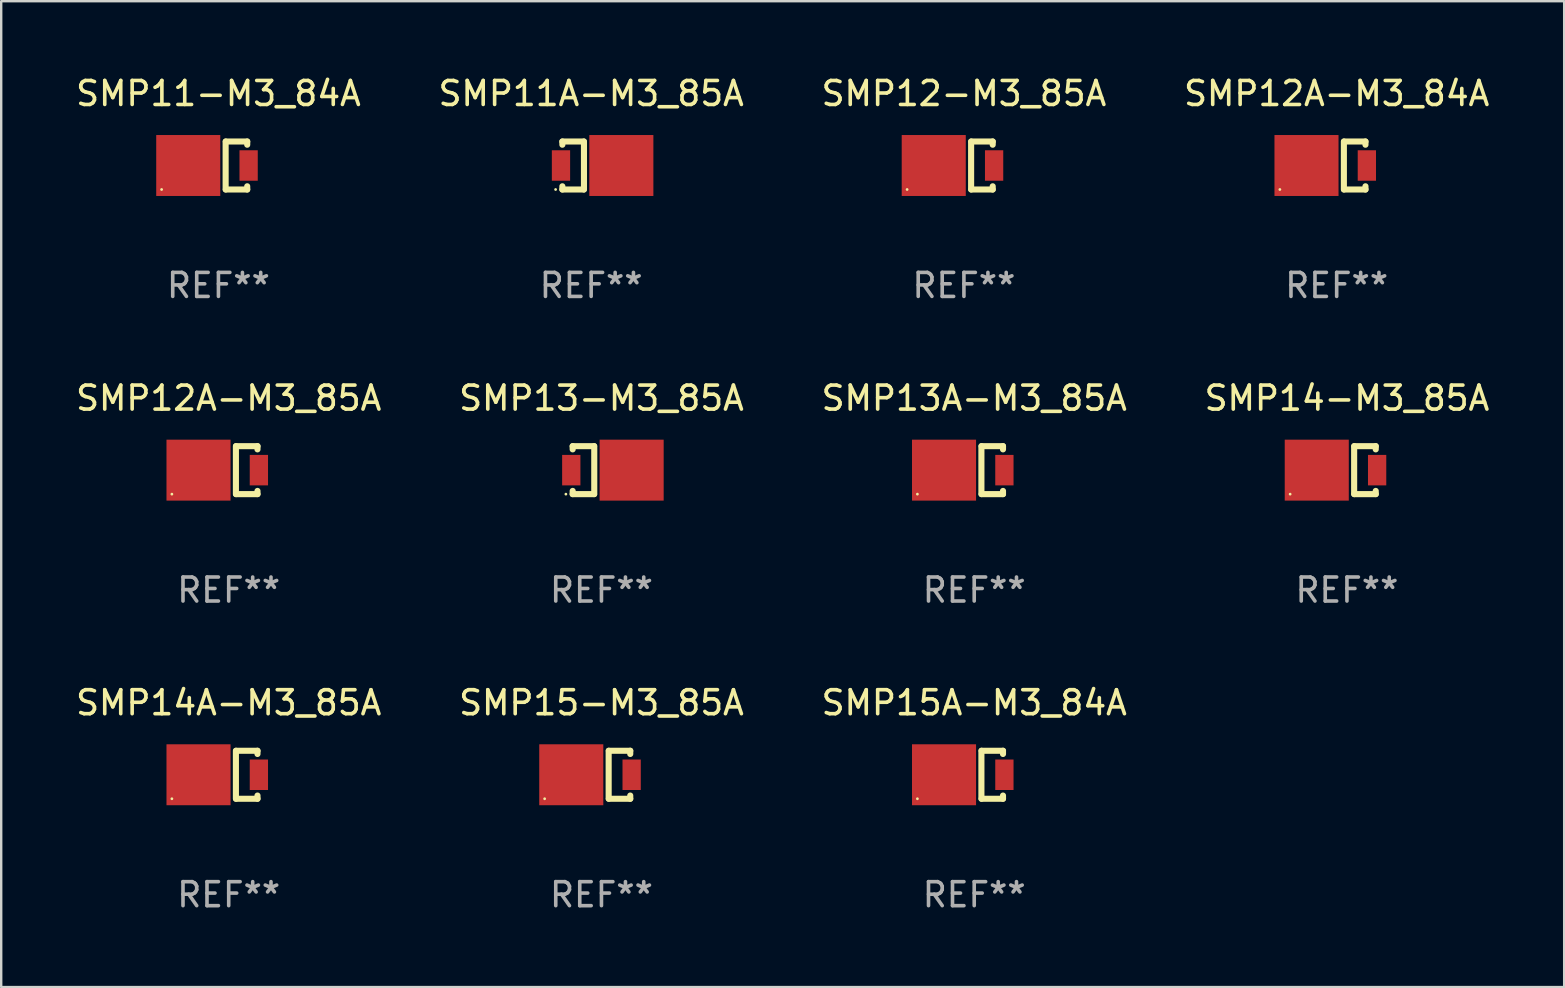
<source format=kicad_pcb>
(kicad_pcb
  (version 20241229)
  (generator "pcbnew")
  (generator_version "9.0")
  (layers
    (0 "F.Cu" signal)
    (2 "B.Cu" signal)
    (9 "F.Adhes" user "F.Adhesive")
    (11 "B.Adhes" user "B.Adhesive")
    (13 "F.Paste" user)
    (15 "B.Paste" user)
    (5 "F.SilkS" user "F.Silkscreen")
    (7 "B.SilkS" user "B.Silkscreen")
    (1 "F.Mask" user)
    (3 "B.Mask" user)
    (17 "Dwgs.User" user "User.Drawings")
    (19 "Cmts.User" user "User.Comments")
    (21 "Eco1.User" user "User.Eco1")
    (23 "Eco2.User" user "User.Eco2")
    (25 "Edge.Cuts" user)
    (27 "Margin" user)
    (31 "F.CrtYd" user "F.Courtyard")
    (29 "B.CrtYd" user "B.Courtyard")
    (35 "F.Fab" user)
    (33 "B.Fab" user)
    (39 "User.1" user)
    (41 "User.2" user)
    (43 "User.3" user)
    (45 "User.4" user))
  (footprint "SMP13A-M3_85A"
    (layer "F.Cu")
    (at 37.554 16.545)
    (property "Reference" "SMP13A-M3_85A" (at 0 -3 0) (layer "F.SilkS") (effects (font (size 1 1) (thickness 0.15))))
    (attr through_hole)
    (fp_line (start 0.3 -1) (end 0.3 1) (stroke (width 0.254) (type solid)) (layer "F.SilkS"))
    (fp_line (start 1.2 -1) (end 0.308 -1) (stroke (width 0.254) (type solid)) (layer "F.SilkS"))
    (fp_line (start 1.2 -1) (end 1.2 -0.866) (stroke (width 0.254) (type solid)) (layer "F.SilkS"))
    (fp_line (start 1.2 1) (end 0.308 1) (stroke (width 0.254) (type solid)) (layer "F.SilkS"))
    (fp_line (start 1.2 1) (end 1.2 0.866) (stroke (width 0.254) (type solid)) (layer "F.SilkS"))
    (fp_circle (center -2.368 1) (end -2.338 1) (stroke (width 0.06) (type solid)) (fill no) (layer "F.SilkS"))
    (fp_text user "REF**" (at 0 5 0) (layer "F.Fab") (effects (font (size 1 1) (thickness 0.15))))
    (pad "1" smd rect (at -1.258 0) (size 2.67 2.54) (layers "F.Cu" "F.Mask" "F.Paste"))
    (pad "2" smd rect (at 1.258 0) (size 0.762 1.27) (layers "F.Cu" "F.Mask" "F.Paste")))
  (footprint "SMP12A-M3_84A"
    (layer "F.Cu")
    (at 52.661 3.848)
    (property "Reference" "SMP12A-M3_84A" (at 0 -3 0) (layer "F.SilkS") (effects (font (size 1 1) (thickness 0.15))))
    (attr through_hole)
    (fp_line (start 0.3 -1) (end 0.3 1) (stroke (width 0.254) (type solid)) (layer "F.SilkS"))
    (fp_line (start 1.2 -1) (end 0.308 -1) (stroke (width 0.254) (type solid)) (layer "F.SilkS"))
    (fp_line (start 1.2 -1) (end 1.2 -0.866) (stroke (width 0.254) (type solid)) (layer "F.SilkS"))
    (fp_line (start 1.2 1) (end 0.308 1) (stroke (width 0.254) (type solid)) (layer "F.SilkS"))
    (fp_line (start 1.2 1) (end 1.2 0.866) (stroke (width 0.254) (type solid)) (layer "F.SilkS"))
    (fp_circle (center -2.368 1) (end -2.338 1) (stroke (width 0.06) (type solid)) (fill no) (layer "F.SilkS"))
    (fp_text user "REF**" (at 0 5 0) (layer "F.Fab") (effects (font (size 1 1) (thickness 0.15))))
    (pad "1" smd rect (at -1.258 0) (size 2.67 2.54) (layers "F.Cu" "F.Mask" "F.Paste"))
    (pad "2" smd rect (at 1.258 0) (size 0.762 1.27) (layers "F.Cu" "F.Mask" "F.Paste")))
  (footprint "SMP11-M3_84A"
    (layer "F.Cu")
    (at 6.054 3.848)
    (property "Reference" "SMP11-M3_84A" (at 0 -3 0) (layer "F.SilkS") (effects (font (size 1 1) (thickness 0.15))))
    (attr through_hole)
    (fp_line (start 0.3 -1) (end 0.3 1) (stroke (width 0.254) (type solid)) (layer "F.SilkS"))
    (fp_line (start 1.2 -1) (end 0.308 -1) (stroke (width 0.254) (type solid)) (layer "F.SilkS"))
    (fp_line (start 1.2 -1) (end 1.2 -0.866) (stroke (width 0.254) (type solid)) (layer "F.SilkS"))
    (fp_line (start 1.2 1) (end 0.308 1) (stroke (width 0.254) (type solid)) (layer "F.SilkS"))
    (fp_line (start 1.2 1) (end 1.2 0.866) (stroke (width 0.254) (type solid)) (layer "F.SilkS"))
    (fp_circle (center -2.368 1) (end -2.338 1) (stroke (width 0.06) (type solid)) (fill no) (layer "F.SilkS"))
    (fp_text user "REF**" (at 0 5 0) (layer "F.Fab") (effects (font (size 1 1) (thickness 0.15))))
    (pad "1" smd rect (at -1.258 0) (size 2.67 2.54) (layers "F.Cu" "F.Mask" "F.Paste"))
    (pad "2" smd rect (at 1.258 0) (size 0.762 1.27) (layers "F.Cu" "F.Mask" "F.Paste")))
  (footprint "SMP15-M3_85A"
    (layer "F.Cu")
    (at 22.018 29.241)
    (property "Reference" "SMP15-M3_85A" (at 0 -3 0) (layer "F.SilkS") (effects (font (size 1 1) (thickness 0.15))))
    (attr through_hole)
    (fp_line (start 0.3 -1) (end 0.3 1) (stroke (width 0.254) (type solid)) (layer "F.SilkS"))
    (fp_line (start 1.2 -1) (end 0.308 -1) (stroke (width 0.254) (type solid)) (layer "F.SilkS"))
    (fp_line (start 1.2 -1) (end 1.2 -0.866) (stroke (width 0.254) (type solid)) (layer "F.SilkS"))
    (fp_line (start 1.2 1) (end 0.308 1) (stroke (width 0.254) (type solid)) (layer "F.SilkS"))
    (fp_line (start 1.2 1) (end 1.2 0.866) (stroke (width 0.254) (type solid)) (layer "F.SilkS"))
    (fp_circle (center -2.368 1) (end -2.338 1) (stroke (width 0.06) (type solid)) (fill no) (layer "F.SilkS"))
    (fp_text user "REF**" (at 0 5 0) (layer "F.Fab") (effects (font (size 1 1) (thickness 0.15))))
    (pad "1" smd rect (at -1.258 0) (size 2.67 2.54) (layers "F.Cu" "F.Mask" "F.Paste"))
    (pad "2" smd rect (at 1.258 0) (size 0.762 1.27) (layers "F.Cu" "F.Mask" "F.Paste")))
  (footprint "SMP14A-M3_85A"
    (layer "F.Cu")
    (at 6.482 29.241)
    (property "Reference" "SMP14A-M3_85A" (at 0 -3 0) (layer "F.SilkS") (effects (font (size 1 1) (thickness 0.15))))
    (attr through_hole)
    (fp_line (start 0.3 -1) (end 0.3 1) (stroke (width 0.254) (type solid)) (layer "F.SilkS"))
    (fp_line (start 1.2 -1) (end 0.308 -1) (stroke (width 0.254) (type solid)) (layer "F.SilkS"))
    (fp_line (start 1.2 -1) (end 1.2 -0.866) (stroke (width 0.254) (type solid)) (layer "F.SilkS"))
    (fp_line (start 1.2 1) (end 0.308 1) (stroke (width 0.254) (type solid)) (layer "F.SilkS"))
    (fp_line (start 1.2 1) (end 1.2 0.866) (stroke (width 0.254) (type solid)) (layer "F.SilkS"))
    (fp_circle (center -2.368 1) (end -2.338 1) (stroke (width 0.06) (type solid)) (fill no) (layer "F.SilkS"))
    (fp_text user "REF**" (at 0 5 0) (layer "F.Fab") (effects (font (size 1 1) (thickness 0.15))))
    (pad "1" smd rect (at -1.258 0) (size 2.67 2.54) (layers "F.Cu" "F.Mask" "F.Paste"))
    (pad "2" smd rect (at 1.258 0) (size 0.762 1.27) (layers "F.Cu" "F.Mask" "F.Paste")))
  (footprint "SMP13-M3_85A"
    (layer "F.Cu")
    (at 22.018 16.545)
    (property "Reference" "SMP13-M3_85A" (at 0 -3 0) (layer "F.SilkS") (effects (font (size 1 1) (thickness 0.15))))
    (attr through_hole)
    (fp_line (start -1.2 -1) (end -1.2 -0.866) (stroke (width 0.254) (type solid)) (layer "F.SilkS"))
    (fp_line (start -1.2 -1) (end -0.308 -1) (stroke (width 0.254) (type solid)) (layer "F.SilkS"))
    (fp_line (start -1.2 1) (end -1.2 0.866) (stroke (width 0.254) (type solid)) (layer "F.SilkS"))
    (fp_line (start -1.2 1) (end -0.308 1) (stroke (width 0.254) (type solid)) (layer "F.SilkS"))
    (fp_line (start -0.3 1) (end -0.3 -1) (stroke (width 0.254) (type solid)) (layer "F.SilkS"))
    (fp_circle (center -1.482 1) (end -1.452 1) (stroke (width 0.06) (type solid)) (fill no) (layer "F.SilkS"))
    (fp_text user "REF**" (at 0 5 0) (layer "F.Fab") (effects (font (size 1 1) (thickness 0.15))))
    (pad "1" smd rect (at -1.258 0 180) (size 0.762 1.27) (layers "F.Cu" "F.Mask" "F.Paste"))
    (pad "2" smd rect (at 1.258 0 180) (size 2.67 2.54) (layers "F.Cu" "F.Mask" "F.Paste")))
  (footprint "SMP15A-M3_84A"
    (layer "F.Cu")
    (at 37.554 29.241)
    (property "Reference" "SMP15A-M3_84A" (at 0 -3 0) (layer "F.SilkS") (effects (font (size 1 1) (thickness 0.15))))
    (attr through_hole)
    (fp_line (start 0.3 -1) (end 0.3 1) (stroke (width 0.254) (type solid)) (layer "F.SilkS"))
    (fp_line (start 1.2 -1) (end 0.308 -1) (stroke (width 0.254) (type solid)) (layer "F.SilkS"))
    (fp_line (start 1.2 -1) (end 1.2 -0.866) (stroke (width 0.254) (type solid)) (layer "F.SilkS"))
    (fp_line (start 1.2 1) (end 0.308 1) (stroke (width 0.254) (type solid)) (layer "F.SilkS"))
    (fp_line (start 1.2 1) (end 1.2 0.866) (stroke (width 0.254) (type solid)) (layer "F.SilkS"))
    (fp_circle (center -2.368 1) (end -2.338 1) (stroke (width 0.06) (type solid)) (fill no) (layer "F.SilkS"))
    (fp_text user "REF**" (at 0 5 0) (layer "F.Fab") (effects (font (size 1 1) (thickness 0.15))))
    (pad "1" smd rect (at -1.258 0) (size 2.67 2.54) (layers "F.Cu" "F.Mask" "F.Paste"))
    (pad "2" smd rect (at 1.258 0) (size 0.762 1.27) (layers "F.Cu" "F.Mask" "F.Paste")))
  (footprint "SMP14-M3_85A"
    (layer "F.Cu")
    (at 53.089 16.545)
    (property "Reference" "SMP14-M3_85A" (at 0 -3 0) (layer "F.SilkS") (effects (font (size 1 1) (thickness 0.15))))
    (attr through_hole)
    (fp_line (start 0.3 -1) (end 0.3 1) (stroke (width 0.254) (type solid)) (layer "F.SilkS"))
    (fp_line (start 1.2 -1) (end 0.308 -1) (stroke (width 0.254) (type solid)) (layer "F.SilkS"))
    (fp_line (start 1.2 -1) (end 1.2 -0.866) (stroke (width 0.254) (type solid)) (layer "F.SilkS"))
    (fp_line (start 1.2 1) (end 0.308 1) (stroke (width 0.254) (type solid)) (layer "F.SilkS"))
    (fp_line (start 1.2 1) (end 1.2 0.866) (stroke (width 0.254) (type solid)) (layer "F.SilkS"))
    (fp_circle (center -2.368 1) (end -2.338 1) (stroke (width 0.06) (type solid)) (fill no) (layer "F.SilkS"))
    (fp_text user "REF**" (at 0 5 0) (layer "F.Fab") (effects (font (size 1 1) (thickness 0.15))))
    (pad "1" smd rect (at -1.258 0) (size 2.67 2.54) (layers "F.Cu" "F.Mask" "F.Paste"))
    (pad "2" smd rect (at 1.258 0) (size 0.762 1.27) (layers "F.Cu" "F.Mask" "F.Paste")))
  (footprint "SMP11A-M3_85A"
    (layer "F.Cu")
    (at 21.589 3.848)
    (property "Reference" "SMP11A-M3_85A" (at 0 -3 0) (layer "F.SilkS") (effects (font (size 1 1) (thickness 0.15))))
    (attr through_hole)
    (fp_line (start -1.2 -1) (end -1.2 -0.866) (stroke (width 0.254) (type solid)) (layer "F.SilkS"))
    (fp_line (start -1.2 -1) (end -0.308 -1) (stroke (width 0.254) (type solid)) (layer "F.SilkS"))
    (fp_line (start -1.2 1) (end -1.2 0.866) (stroke (width 0.254) (type solid)) (layer "F.SilkS"))
    (fp_line (start -1.2 1) (end -0.308 1) (stroke (width 0.254) (type solid)) (layer "F.SilkS"))
    (fp_line (start -0.3 1) (end -0.3 -1) (stroke (width 0.254) (type solid)) (layer "F.SilkS"))
    (fp_circle (center -1.482 1) (end -1.452 1) (stroke (width 0.06) (type solid)) (fill no) (layer "F.SilkS"))
    (fp_text user "REF**" (at 0 5 0) (layer "F.Fab") (effects (font (size 1 1) (thickness 0.15))))
    (pad "1" smd rect (at -1.258 0 180) (size 0.762 1.27) (layers "F.Cu" "F.Mask" "F.Paste"))
    (pad "2" smd rect (at 1.258 0 180) (size 2.67 2.54) (layers "F.Cu" "F.Mask" "F.Paste")))
  (footprint "SMP12A-M3_85A"
    (layer "F.Cu")
    (at 6.482 16.545)
    (property "Reference" "SMP12A-M3_85A" (at 0 -3 0) (layer "F.SilkS") (effects (font (size 1 1) (thickness 0.15))))
    (attr through_hole)
    (fp_line (start 0.3 -1) (end 0.3 1) (stroke (width 0.254) (type solid)) (layer "F.SilkS"))
    (fp_line (start 1.2 -1) (end 0.308 -1) (stroke (width 0.254) (type solid)) (layer "F.SilkS"))
    (fp_line (start 1.2 -1) (end 1.2 -0.866) (stroke (width 0.254) (type solid)) (layer "F.SilkS"))
    (fp_line (start 1.2 1) (end 0.308 1) (stroke (width 0.254) (type solid)) (layer "F.SilkS"))
    (fp_line (start 1.2 1) (end 1.2 0.866) (stroke (width 0.254) (type solid)) (layer "F.SilkS"))
    (fp_circle (center -2.368 1) (end -2.338 1) (stroke (width 0.06) (type solid)) (fill no) (layer "F.SilkS"))
    (fp_text user "REF**" (at 0 5 0) (layer "F.Fab") (effects (font (size 1 1) (thickness 0.15))))
    (pad "1" smd rect (at -1.258 0) (size 2.67 2.54) (layers "F.Cu" "F.Mask" "F.Paste"))
    (pad "2" smd rect (at 1.258 0) (size 0.762 1.27) (layers "F.Cu" "F.Mask" "F.Paste")))
  (footprint "SMP12-M3_85A"
    (layer "F.Cu")
    (at 37.125 3.848)
    (property "Reference" "SMP12-M3_85A" (at 0 -3 0) (layer "F.SilkS") (effects (font (size 1 1) (thickness 0.15))))
    (attr through_hole)
    (fp_line (start 0.3 -1) (end 0.3 1) (stroke (width 0.254) (type solid)) (layer "F.SilkS"))
    (fp_line (start 1.2 -1) (end 0.308 -1) (stroke (width 0.254) (type solid)) (layer "F.SilkS"))
    (fp_line (start 1.2 -1) (end 1.2 -0.866) (stroke (width 0.254) (type solid)) (layer "F.SilkS"))
    (fp_line (start 1.2 1) (end 0.308 1) (stroke (width 0.254) (type solid)) (layer "F.SilkS"))
    (fp_line (start 1.2 1) (end 1.2 0.866) (stroke (width 0.254) (type solid)) (layer "F.SilkS"))
    (fp_circle (center -2.368 1) (end -2.338 1) (stroke (width 0.06) (type solid)) (fill no) (layer "F.SilkS"))
    (fp_text user "REF**" (at 0 5 0) (layer "F.Fab") (effects (font (size 1 1) (thickness 0.15))))
    (pad "1" smd rect (at -1.258 0) (size 2.67 2.54) (layers "F.Cu" "F.Mask" "F.Paste"))
    (pad "2" smd rect (at 1.258 0) (size 0.762 1.27) (layers "F.Cu" "F.Mask" "F.Paste")))
  (gr_rect
    (start -3 -3)
    (end 62.143 38.09)
    (stroke (width 0.1) (type default))
    (fill no)
    (layer "Edge.Cuts")))
</source>
